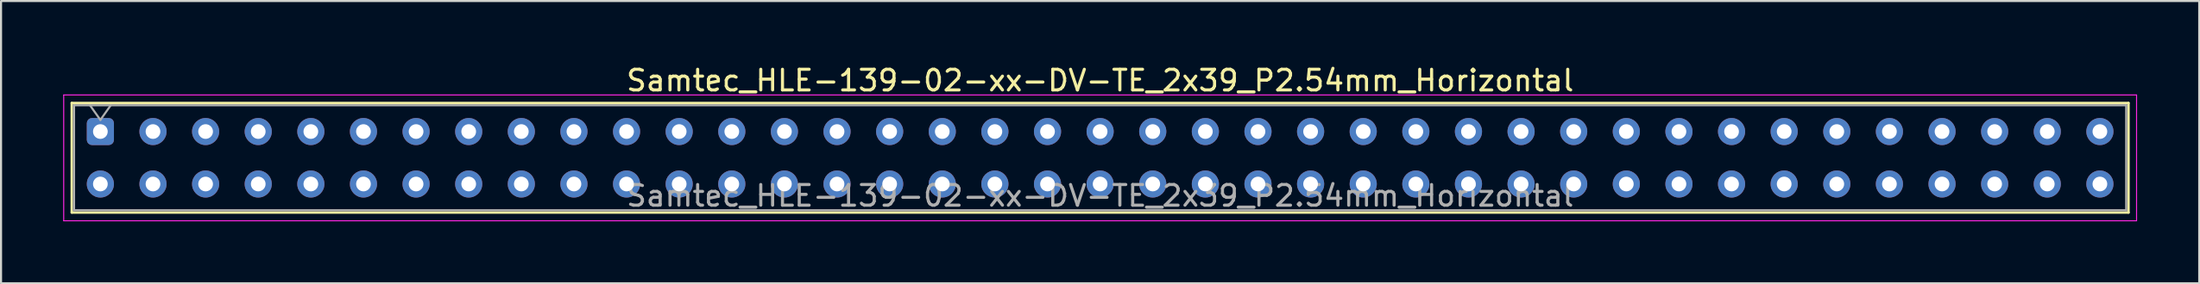
<source format=kicad_pcb>
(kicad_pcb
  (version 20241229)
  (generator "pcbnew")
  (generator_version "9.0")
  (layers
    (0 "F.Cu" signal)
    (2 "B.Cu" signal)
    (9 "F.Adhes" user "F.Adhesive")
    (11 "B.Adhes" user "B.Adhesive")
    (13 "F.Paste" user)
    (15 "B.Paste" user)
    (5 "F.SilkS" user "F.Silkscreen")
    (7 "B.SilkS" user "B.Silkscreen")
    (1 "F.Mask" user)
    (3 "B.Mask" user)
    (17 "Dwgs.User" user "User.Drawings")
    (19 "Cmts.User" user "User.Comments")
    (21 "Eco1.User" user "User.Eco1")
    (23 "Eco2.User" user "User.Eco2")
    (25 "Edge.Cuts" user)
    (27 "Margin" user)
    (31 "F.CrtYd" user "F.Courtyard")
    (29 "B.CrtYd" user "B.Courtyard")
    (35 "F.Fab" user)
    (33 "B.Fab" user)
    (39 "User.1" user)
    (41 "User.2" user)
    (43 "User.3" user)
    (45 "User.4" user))
  (footprint "Samtec_HLE-139-02-xx-DV-TE_2x39_P2.54mm_Horizontal"
    (layer "F.Cu")
    (at 1.795 3.318)
    (property "Reference" "Samtec_HLE-139-02-xx-DV-TE_2x39_P2.54mm_Horizontal" (at 48.26 -2.47 0) (layer "F.SilkS") (effects (font (size 1 1) (thickness 0.15))))
    (attr through_hole)
    (fp_line (start -1.38 -1.38) (end 97.9 -1.38) (stroke (width 0.12) (type solid)) (layer "F.SilkS"))
    (fp_line (start -1.38 3.92) (end -1.38 -1.38) (stroke (width 0.12) (type solid)) (layer "F.SilkS"))
    (fp_line (start 97.9 -1.38) (end 97.9 3.92) (stroke (width 0.12) (type solid)) (layer "F.SilkS"))
    (fp_line (start 97.9 3.92) (end -1.38 3.92) (stroke (width 0.12) (type solid)) (layer "F.SilkS"))
    (fp_line (start -1.77 -1.77) (end 98.29 -1.77) (stroke (width 0.05) (type solid)) (layer "F.CrtYd"))
    (fp_line (start -1.77 4.32) (end -1.77 -1.77) (stroke (width 0.05) (type solid)) (layer "F.CrtYd"))
    (fp_line (start 98.29 -1.77) (end 98.29 4.32) (stroke (width 0.05) (type solid)) (layer "F.CrtYd"))
    (fp_line (start 98.29 4.32) (end -1.77 4.32) (stroke (width 0.05) (type solid)) (layer "F.CrtYd"))
    (fp_line (start -1.27 -1.27) (end 97.79 -1.27) (stroke (width 0.1) (type solid)) (layer "F.Fab"))
    (fp_line (start -1.27 3.81) (end -1.27 -1.27) (stroke (width 0.1) (type solid)) (layer "F.Fab"))
    (fp_line (start -0.5 -1.27) (end 0 -0.563) (stroke (width 0.1) (type solid)) (layer "F.Fab"))
    (fp_line (start 0 -0.563) (end 0.5 -1.27) (stroke (width 0.1) (type solid)) (layer "F.Fab"))
    (fp_line (start 97.79 -1.27) (end 97.79 3.81) (stroke (width 0.1) (type solid)) (layer "F.Fab"))
    (fp_line (start 97.79 3.81) (end -1.27 3.81) (stroke (width 0.1) (type solid)) (layer "F.Fab"))
    (fp_text user "${REFERENCE}" (at 48.26 3.11 0) (layer "F.Fab") (effects (font (size 1 1) (thickness 0.15))))
    (pad "1" thru_hole roundrect (at 0 0) (size 1.31 1.31) (drill 0.71) (layers "*.Cu" "*.Mask") (roundrect_rratio 0.191))
    (pad "2" thru_hole circle (at 0 2.54) (size 1.31 1.31) (drill 0.71) (layers "*.Cu" "*.Mask"))
    (pad "3" thru_hole circle (at 2.54 0) (size 1.31 1.31) (drill 0.71) (layers "*.Cu" "*.Mask"))
    (pad "4" thru_hole circle (at 2.54 2.54) (size 1.31 1.31) (drill 0.71) (layers "*.Cu" "*.Mask"))
    (pad "5" thru_hole circle (at 5.08 0) (size 1.31 1.31) (drill 0.71) (layers "*.Cu" "*.Mask"))
    (pad "6" thru_hole circle (at 5.08 2.54) (size 1.31 1.31) (drill 0.71) (layers "*.Cu" "*.Mask"))
    (pad "7" thru_hole circle (at 7.62 0) (size 1.31 1.31) (drill 0.71) (layers "*.Cu" "*.Mask"))
    (pad "8" thru_hole circle (at 7.62 2.54) (size 1.31 1.31) (drill 0.71) (layers "*.Cu" "*.Mask"))
    (pad "9" thru_hole circle (at 10.16 0) (size 1.31 1.31) (drill 0.71) (layers "*.Cu" "*.Mask"))
    (pad "10" thru_hole circle (at 10.16 2.54) (size 1.31 1.31) (drill 0.71) (layers "*.Cu" "*.Mask"))
    (pad "11" thru_hole circle (at 12.7 0) (size 1.31 1.31) (drill 0.71) (layers "*.Cu" "*.Mask"))
    (pad "12" thru_hole circle (at 12.7 2.54) (size 1.31 1.31) (drill 0.71) (layers "*.Cu" "*.Mask"))
    (pad "13" thru_hole circle (at 15.24 0) (size 1.31 1.31) (drill 0.71) (layers "*.Cu" "*.Mask"))
    (pad "14" thru_hole circle (at 15.24 2.54) (size 1.31 1.31) (drill 0.71) (layers "*.Cu" "*.Mask"))
    (pad "15" thru_hole circle (at 17.78 0) (size 1.31 1.31) (drill 0.71) (layers "*.Cu" "*.Mask"))
    (pad "16" thru_hole circle (at 17.78 2.54) (size 1.31 1.31) (drill 0.71) (layers "*.Cu" "*.Mask"))
    (pad "17" thru_hole circle (at 20.32 0) (size 1.31 1.31) (drill 0.71) (layers "*.Cu" "*.Mask"))
    (pad "18" thru_hole circle (at 20.32 2.54) (size 1.31 1.31) (drill 0.71) (layers "*.Cu" "*.Mask"))
    (pad "19" thru_hole circle (at 22.86 0) (size 1.31 1.31) (drill 0.71) (layers "*.Cu" "*.Mask"))
    (pad "20" thru_hole circle (at 22.86 2.54) (size 1.31 1.31) (drill 0.71) (layers "*.Cu" "*.Mask"))
    (pad "21" thru_hole circle (at 25.4 0) (size 1.31 1.31) (drill 0.71) (layers "*.Cu" "*.Mask"))
    (pad "22" thru_hole circle (at 25.4 2.54) (size 1.31 1.31) (drill 0.71) (layers "*.Cu" "*.Mask"))
    (pad "23" thru_hole circle (at 27.94 0) (size 1.31 1.31) (drill 0.71) (layers "*.Cu" "*.Mask"))
    (pad "24" thru_hole circle (at 27.94 2.54) (size 1.31 1.31) (drill 0.71) (layers "*.Cu" "*.Mask"))
    (pad "25" thru_hole circle (at 30.48 0) (size 1.31 1.31) (drill 0.71) (layers "*.Cu" "*.Mask"))
    (pad "26" thru_hole circle (at 30.48 2.54) (size 1.31 1.31) (drill 0.71) (layers "*.Cu" "*.Mask"))
    (pad "27" thru_hole circle (at 33.02 0) (size 1.31 1.31) (drill 0.71) (layers "*.Cu" "*.Mask"))
    (pad "28" thru_hole circle (at 33.02 2.54) (size 1.31 1.31) (drill 0.71) (layers "*.Cu" "*.Mask"))
    (pad "29" thru_hole circle (at 35.56 0) (size 1.31 1.31) (drill 0.71) (layers "*.Cu" "*.Mask"))
    (pad "30" thru_hole circle (at 35.56 2.54) (size 1.31 1.31) (drill 0.71) (layers "*.Cu" "*.Mask"))
    (pad "31" thru_hole circle (at 38.1 0) (size 1.31 1.31) (drill 0.71) (layers "*.Cu" "*.Mask"))
    (pad "32" thru_hole circle (at 38.1 2.54) (size 1.31 1.31) (drill 0.71) (layers "*.Cu" "*.Mask"))
    (pad "33" thru_hole circle (at 40.64 0) (size 1.31 1.31) (drill 0.71) (layers "*.Cu" "*.Mask"))
    (pad "34" thru_hole circle (at 40.64 2.54) (size 1.31 1.31) (drill 0.71) (layers "*.Cu" "*.Mask"))
    (pad "35" thru_hole circle (at 43.18 0) (size 1.31 1.31) (drill 0.71) (layers "*.Cu" "*.Mask"))
    (pad "36" thru_hole circle (at 43.18 2.54) (size 1.31 1.31) (drill 0.71) (layers "*.Cu" "*.Mask"))
    (pad "37" thru_hole circle (at 45.72 0) (size 1.31 1.31) (drill 0.71) (layers "*.Cu" "*.Mask"))
    (pad "38" thru_hole circle (at 45.72 2.54) (size 1.31 1.31) (drill 0.71) (layers "*.Cu" "*.Mask"))
    (pad "39" thru_hole circle (at 48.26 0) (size 1.31 1.31) (drill 0.71) (layers "*.Cu" "*.Mask"))
    (pad "40" thru_hole circle (at 48.26 2.54) (size 1.31 1.31) (drill 0.71) (layers "*.Cu" "*.Mask"))
    (pad "41" thru_hole circle (at 50.8 0) (size 1.31 1.31) (drill 0.71) (layers "*.Cu" "*.Mask"))
    (pad "42" thru_hole circle (at 50.8 2.54) (size 1.31 1.31) (drill 0.71) (layers "*.Cu" "*.Mask"))
    (pad "43" thru_hole circle (at 53.34 0) (size 1.31 1.31) (drill 0.71) (layers "*.Cu" "*.Mask"))
    (pad "44" thru_hole circle (at 53.34 2.54) (size 1.31 1.31) (drill 0.71) (layers "*.Cu" "*.Mask"))
    (pad "45" thru_hole circle (at 55.88 0) (size 1.31 1.31) (drill 0.71) (layers "*.Cu" "*.Mask"))
    (pad "46" thru_hole circle (at 55.88 2.54) (size 1.31 1.31) (drill 0.71) (layers "*.Cu" "*.Mask"))
    (pad "47" thru_hole circle (at 58.42 0) (size 1.31 1.31) (drill 0.71) (layers "*.Cu" "*.Mask"))
    (pad "48" thru_hole circle (at 58.42 2.54) (size 1.31 1.31) (drill 0.71) (layers "*.Cu" "*.Mask"))
    (pad "49" thru_hole circle (at 60.96 0) (size 1.31 1.31) (drill 0.71) (layers "*.Cu" "*.Mask"))
    (pad "50" thru_hole circle (at 60.96 2.54) (size 1.31 1.31) (drill 0.71) (layers "*.Cu" "*.Mask"))
    (pad "51" thru_hole circle (at 63.5 0) (size 1.31 1.31) (drill 0.71) (layers "*.Cu" "*.Mask"))
    (pad "52" thru_hole circle (at 63.5 2.54) (size 1.31 1.31) (drill 0.71) (layers "*.Cu" "*.Mask"))
    (pad "53" thru_hole circle (at 66.04 0) (size 1.31 1.31) (drill 0.71) (layers "*.Cu" "*.Mask"))
    (pad "54" thru_hole circle (at 66.04 2.54) (size 1.31 1.31) (drill 0.71) (layers "*.Cu" "*.Mask"))
    (pad "55" thru_hole circle (at 68.58 0) (size 1.31 1.31) (drill 0.71) (layers "*.Cu" "*.Mask"))
    (pad "56" thru_hole circle (at 68.58 2.54) (size 1.31 1.31) (drill 0.71) (layers "*.Cu" "*.Mask"))
    (pad "57" thru_hole circle (at 71.12 0) (size 1.31 1.31) (drill 0.71) (layers "*.Cu" "*.Mask"))
    (pad "58" thru_hole circle (at 71.12 2.54) (size 1.31 1.31) (drill 0.71) (layers "*.Cu" "*.Mask"))
    (pad "59" thru_hole circle (at 73.66 0) (size 1.31 1.31) (drill 0.71) (layers "*.Cu" "*.Mask"))
    (pad "60" thru_hole circle (at 73.66 2.54) (size 1.31 1.31) (drill 0.71) (layers "*.Cu" "*.Mask"))
    (pad "61" thru_hole circle (at 76.2 0) (size 1.31 1.31) (drill 0.71) (layers "*.Cu" "*.Mask"))
    (pad "62" thru_hole circle (at 76.2 2.54) (size 1.31 1.31) (drill 0.71) (layers "*.Cu" "*.Mask"))
    (pad "63" thru_hole circle (at 78.74 0) (size 1.31 1.31) (drill 0.71) (layers "*.Cu" "*.Mask"))
    (pad "64" thru_hole circle (at 78.74 2.54) (size 1.31 1.31) (drill 0.71) (layers "*.Cu" "*.Mask"))
    (pad "65" thru_hole circle (at 81.28 0) (size 1.31 1.31) (drill 0.71) (layers "*.Cu" "*.Mask"))
    (pad "66" thru_hole circle (at 81.28 2.54) (size 1.31 1.31) (drill 0.71) (layers "*.Cu" "*.Mask"))
    (pad "67" thru_hole circle (at 83.82 0) (size 1.31 1.31) (drill 0.71) (layers "*.Cu" "*.Mask"))
    (pad "68" thru_hole circle (at 83.82 2.54) (size 1.31 1.31) (drill 0.71) (layers "*.Cu" "*.Mask"))
    (pad "69" thru_hole circle (at 86.36 0) (size 1.31 1.31) (drill 0.71) (layers "*.Cu" "*.Mask"))
    (pad "70" thru_hole circle (at 86.36 2.54) (size 1.31 1.31) (drill 0.71) (layers "*.Cu" "*.Mask"))
    (pad "71" thru_hole circle (at 88.9 0) (size 1.31 1.31) (drill 0.71) (layers "*.Cu" "*.Mask"))
    (pad "72" thru_hole circle (at 88.9 2.54) (size 1.31 1.31) (drill 0.71) (layers "*.Cu" "*.Mask"))
    (pad "73" thru_hole circle (at 91.44 0) (size 1.31 1.31) (drill 0.71) (layers "*.Cu" "*.Mask"))
    (pad "74" thru_hole circle (at 91.44 2.54) (size 1.31 1.31) (drill 0.71) (layers "*.Cu" "*.Mask"))
    (pad "75" thru_hole circle (at 93.98 0) (size 1.31 1.31) (drill 0.71) (layers "*.Cu" "*.Mask"))
    (pad "76" thru_hole circle (at 93.98 2.54) (size 1.31 1.31) (drill 0.71) (layers "*.Cu" "*.Mask"))
    (pad "77" thru_hole circle (at 96.52 0) (size 1.31 1.31) (drill 0.71) (layers "*.Cu" "*.Mask"))
    (pad "78" thru_hole circle (at 96.52 2.54) (size 1.31 1.31) (drill 0.71) (layers "*.Cu" "*.Mask")))
  (gr_rect
    (start -3 -3)
    (end 103.11 10.663)
    (stroke (width 0.1) (type default))
    (fill no)
    (layer "Edge.Cuts")))
</source>
